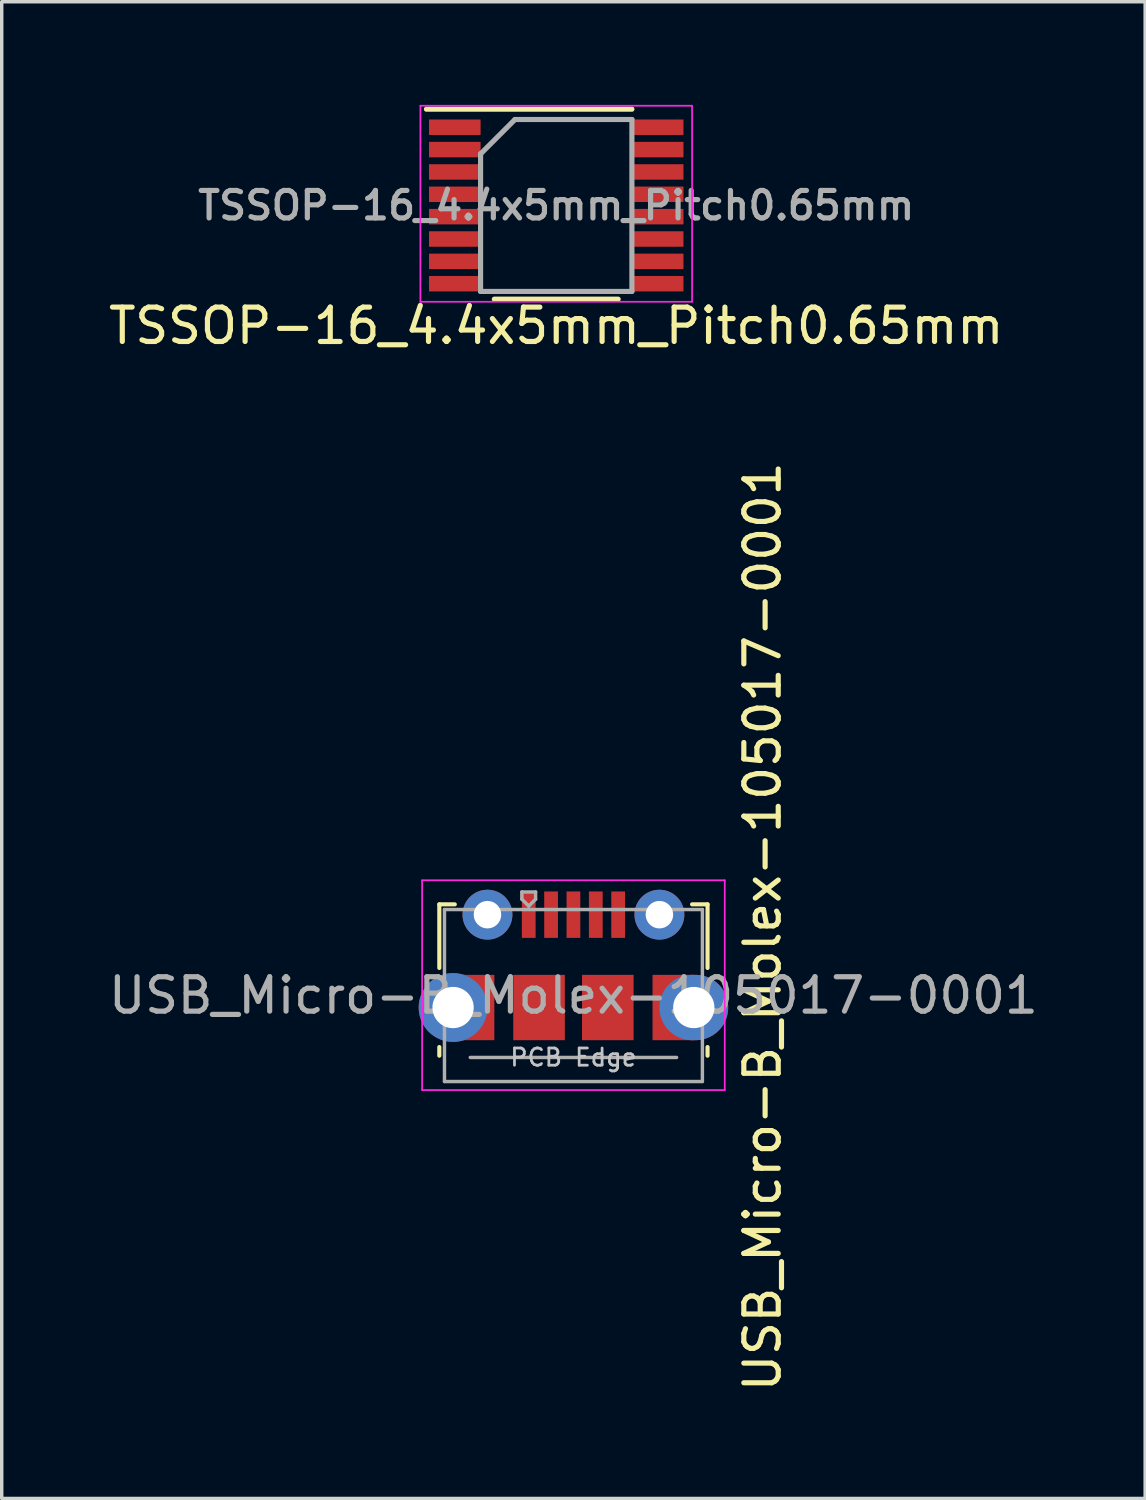
<source format=kicad_pcb>
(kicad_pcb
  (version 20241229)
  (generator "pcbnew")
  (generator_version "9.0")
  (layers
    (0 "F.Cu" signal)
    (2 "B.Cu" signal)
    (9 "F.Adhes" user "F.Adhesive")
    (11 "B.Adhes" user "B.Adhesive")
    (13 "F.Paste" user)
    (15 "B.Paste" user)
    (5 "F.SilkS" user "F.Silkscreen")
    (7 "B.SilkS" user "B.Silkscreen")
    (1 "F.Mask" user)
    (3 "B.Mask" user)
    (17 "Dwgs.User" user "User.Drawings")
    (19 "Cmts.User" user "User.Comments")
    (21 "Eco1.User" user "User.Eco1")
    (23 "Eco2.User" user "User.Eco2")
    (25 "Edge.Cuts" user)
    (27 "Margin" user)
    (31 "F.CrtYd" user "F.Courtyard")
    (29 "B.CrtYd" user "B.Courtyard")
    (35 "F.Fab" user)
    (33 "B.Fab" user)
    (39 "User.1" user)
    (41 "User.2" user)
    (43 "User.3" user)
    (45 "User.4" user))
  (footprint "TSSOP-16_4.4x5mm_Pitch0.65mm"
    (layer "F.Cu")
    (at 13.125 2.925)
    (property "Reference" "TSSOP-16_4.4x5mm_Pitch0.65mm" (at 0 3.5 0) (layer "F.SilkS") (effects (font (size 1 1) (thickness 0.15))))
    (attr smd)
    (fp_line (start -3.775 -2.8) (end 2.2 -2.8) (stroke (width 0.15) (type solid)) (layer "F.SilkS"))
    (fp_line (start -1.8 2.725) (end 1.8 2.725) (stroke (width 0.15) (type solid)) (layer "F.SilkS"))
    (fp_line (start -3.95 -2.9) (end -3.95 2.8) (stroke (width 0.05) (type solid)) (layer "F.CrtYd"))
    (fp_line (start -3.95 -2.9) (end 3.95 -2.9) (stroke (width 0.05) (type solid)) (layer "F.CrtYd"))
    (fp_line (start -3.95 2.8) (end 3.95 2.8) (stroke (width 0.05) (type solid)) (layer "F.CrtYd"))
    (fp_line (start 3.95 -2.9) (end 3.95 2.8) (stroke (width 0.05) (type solid)) (layer "F.CrtYd"))
    (fp_line (start -2.2 -1.5) (end -1.2 -2.5) (stroke (width 0.15) (type solid)) (layer "F.Fab"))
    (fp_line (start -2.2 2.5) (end -2.2 -1.5) (stroke (width 0.15) (type solid)) (layer "F.Fab"))
    (fp_line (start -1.2 -2.5) (end 2.2 -2.5) (stroke (width 0.15) (type solid)) (layer "F.Fab"))
    (fp_line (start 2.2 -2.5) (end 2.2 2.5) (stroke (width 0.15) (type solid)) (layer "F.Fab"))
    (fp_line (start 2.2 2.5) (end -2.2 2.5) (stroke (width 0.15) (type solid)) (layer "F.Fab"))
    (fp_text user "${REFERENCE}" (at 0 0 0) (layer "F.Fab") (effects (font (size 0.8 0.8) (thickness 0.15))))
    (pad "1" smd rect (at -2.95 -2.275) (size 1.5 0.45) (layers "F.Cu" "F.Mask" "F.Paste"))
    (pad "2" smd rect (at -2.95 -1.625) (size 1.5 0.45) (layers "F.Cu" "F.Mask" "F.Paste"))
    (pad "3" smd rect (at -2.95 -0.975) (size 1.5 0.45) (layers "F.Cu" "F.Mask" "F.Paste"))
    (pad "4" smd rect (at -2.95 -0.325) (size 1.5 0.45) (layers "F.Cu" "F.Mask" "F.Paste"))
    (pad "5" smd rect (at -2.95 0.325) (size 1.5 0.45) (layers "F.Cu" "F.Mask" "F.Paste"))
    (pad "6" smd rect (at -2.95 0.975) (size 1.5 0.45) (layers "F.Cu" "F.Mask" "F.Paste"))
    (pad "7" smd rect (at -2.95 1.625) (size 1.5 0.45) (layers "F.Cu" "F.Mask" "F.Paste"))
    (pad "8" smd rect (at -2.95 2.275) (size 1.5 0.45) (layers "F.Cu" "F.Mask" "F.Paste"))
    (pad "9" smd rect (at 2.95 2.275) (size 1.5 0.45) (layers "F.Cu" "F.Mask" "F.Paste"))
    (pad "10" smd rect (at 2.95 1.625) (size 1.5 0.45) (layers "F.Cu" "F.Mask" "F.Paste"))
    (pad "11" smd rect (at 2.95 0.975) (size 1.5 0.45) (layers "F.Cu" "F.Mask" "F.Paste"))
    (pad "12" smd rect (at 2.95 0.325) (size 1.5 0.45) (layers "F.Cu" "F.Mask" "F.Paste"))
    (pad "13" smd rect (at 2.95 -0.325) (size 1.5 0.45) (layers "F.Cu" "F.Mask" "F.Paste"))
    (pad "14" smd rect (at 2.95 -0.975) (size 1.5 0.45) (layers "F.Cu" "F.Mask" "F.Paste"))
    (pad "15" smd rect (at 2.95 -1.625) (size 1.5 0.45) (layers "F.Cu" "F.Mask" "F.Paste"))
    (pad "16" smd rect (at 2.95 -2.275) (size 1.5 0.45) (layers "F.Cu" "F.Mask" "F.Paste")))
  (footprint "USB_Micro-B_Molex-105017-0001"
    (layer "F.Cu")
    (at 13.625 25.898)
    (property "Reference" "USB_Micro-B_Molex-105017-0001" (at 5.5 -2 90) (layer "F.SilkS") (effects (font (size 1 1) (thickness 0.15))))
    (attr smd)
    (fp_line (start -3.9 -2.65) (end -3.45 -2.65) (stroke (width 0.12) (type solid)) (layer "F.SilkS"))
    (fp_line (start -3.9 -0.8) (end -3.9 -2.65) (stroke (width 0.12) (type solid)) (layer "F.SilkS"))
    (fp_line (start -3.9 1.75) (end -3.9 1.5) (stroke (width 0.12) (type solid)) (layer "F.SilkS"))
    (fp_line (start 3.9 -2.65) (end 3.45 -2.65) (stroke (width 0.12) (type solid)) (layer "F.SilkS"))
    (fp_line (start 3.9 -0.8) (end 3.9 -2.65) (stroke (width 0.12) (type solid)) (layer "F.SilkS"))
    (fp_line (start 3.9 1.75) (end 3.9 1.5) (stroke (width 0.12) (type solid)) (layer "F.SilkS"))
    (fp_line (start -4.4 -3.35) (end 4.4 -3.35) (stroke (width 0.05) (type solid)) (layer "F.CrtYd"))
    (fp_line (start -4.4 2.75) (end -4.4 -3.35) (stroke (width 0.05) (type solid)) (layer "F.CrtYd"))
    (fp_line (start -4.4 2.75) (end 4.4 2.75) (stroke (width 0.05) (type solid)) (layer "F.CrtYd"))
    (fp_line (start 4.4 -3.35) (end 4.4 2.75) (stroke (width 0.05) (type solid)) (layer "F.CrtYd"))
    (fp_line (start -3.75 -2.5) (end 3.75 -2.5) (stroke (width 0.1) (type solid)) (layer "F.Fab"))
    (fp_line (start -3.75 2.5) (end -3.75 -2.5) (stroke (width 0.1) (type solid)) (layer "F.Fab"))
    (fp_line (start -3.75 2.502) (end 3.75 2.502) (stroke (width 0.1) (type solid)) (layer "F.Fab"))
    (fp_line (start -3 1.802) (end 3 1.802) (stroke (width 0.1) (type solid)) (layer "F.Fab"))
    (fp_line (start -1.5 -3.01) (end -1.5 -2.8) (stroke (width 0.1) (type solid)) (layer "F.Fab"))
    (fp_line (start -1.5 -3.01) (end -1.1 -3.01) (stroke (width 0.1) (type solid)) (layer "F.Fab"))
    (fp_line (start -1.3 -2.6) (end -1.5 -2.8) (stroke (width 0.1) (type solid)) (layer "F.Fab"))
    (fp_line (start -1.1 -3.01) (end -1.1 -2.8) (stroke (width 0.1) (type solid)) (layer "F.Fab"))
    (fp_line (start -1.1 -2.8) (end -1.3 -2.6) (stroke (width 0.1) (type solid)) (layer "F.Fab"))
    (fp_line (start 3.75 2.5) (end 3.75 -2.5) (stroke (width 0.1) (type solid)) (layer "F.Fab"))
    (fp_text user "PCB Edge" (at 0 1.8 0) (layer "Dwgs.User") (effects (font (size 0.5 0.5) (thickness 0.08))))
    (fp_text user "${REFERENCE}" (at 0 0 0) (layer "F.Fab") (effects (font (size 1 1) (thickness 0.15))))
    (pad "1" smd rect (at -1.3 -2.35) (size 0.4 1.35) (layers "F.Cu" "F.Mask" "F.Paste"))
    (pad "2" smd rect (at -0.65 -2.35) (size 0.4 1.35) (layers "F.Cu" "F.Mask" "F.Paste"))
    (pad "3" smd rect (at 0 -2.35) (size 0.4 1.35) (layers "F.Cu" "F.Mask" "F.Paste"))
    (pad "4" smd rect (at 0.65 -2.35) (size 0.4 1.35) (layers "F.Cu" "F.Mask" "F.Paste"))
    (pad "5" smd rect (at 1.3 -2.35) (size 0.4 1.35) (layers "F.Cu" "F.Mask" "F.Paste"))
    (pad "6" thru_hole oval (at -3.5 0.35 180) (size 2 2) (drill 1.2) (layers "*.Cu" "*.Mask"))
    (pad "6" smd rect (at -2.9 0.35) (size 1.2 1.9) (layers "F.Cu" "F.Mask"))
    (pad "6" thru_hole circle (at -2.5 -2.35) (size 1.45 1.45) (drill 0.8) (layers "*.Cu" "*.Mask"))
    (pad "6" smd rect (at -1 0.35) (size 1.5 1.9) (layers "F.Cu" "F.Mask" "F.Paste"))
    (pad "6" smd rect (at 1 0.35) (size 1.5 1.9) (layers "F.Cu" "F.Mask" "F.Paste"))
    (pad "6" thru_hole circle (at 2.5 -2.35) (size 1.45 1.45) (drill 0.8) (layers "*.Cu" "*.Mask"))
    (pad "6" smd rect (at 2.9 0.35) (size 1.2 1.9) (layers "F.Cu" "F.Mask"))
    (pad "6" thru_hole oval (at 3.5 0.35) (size 2 1.9) (drill 1.2) (layers "*.Cu" "*.Mask")))
  (gr_rect
    (start -3 -3)
    (end 30.25 40.523)
    (stroke (width 0.1) (type default))
    (fill no)
    (layer "Edge.Cuts")))
</source>
